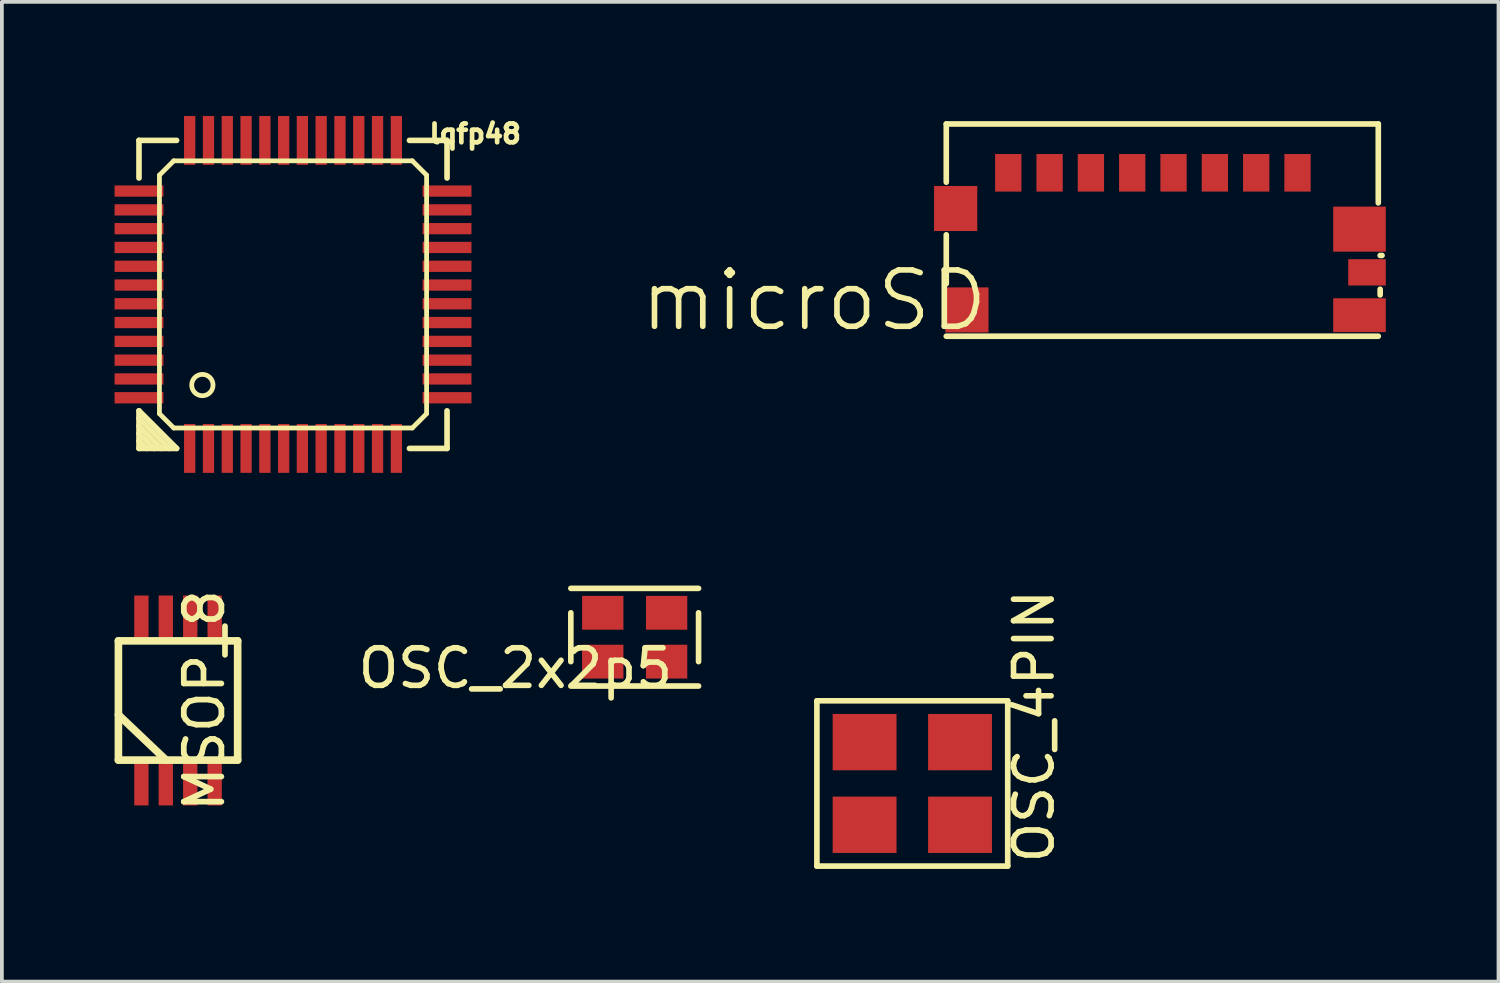
<source format=kicad_pcb>
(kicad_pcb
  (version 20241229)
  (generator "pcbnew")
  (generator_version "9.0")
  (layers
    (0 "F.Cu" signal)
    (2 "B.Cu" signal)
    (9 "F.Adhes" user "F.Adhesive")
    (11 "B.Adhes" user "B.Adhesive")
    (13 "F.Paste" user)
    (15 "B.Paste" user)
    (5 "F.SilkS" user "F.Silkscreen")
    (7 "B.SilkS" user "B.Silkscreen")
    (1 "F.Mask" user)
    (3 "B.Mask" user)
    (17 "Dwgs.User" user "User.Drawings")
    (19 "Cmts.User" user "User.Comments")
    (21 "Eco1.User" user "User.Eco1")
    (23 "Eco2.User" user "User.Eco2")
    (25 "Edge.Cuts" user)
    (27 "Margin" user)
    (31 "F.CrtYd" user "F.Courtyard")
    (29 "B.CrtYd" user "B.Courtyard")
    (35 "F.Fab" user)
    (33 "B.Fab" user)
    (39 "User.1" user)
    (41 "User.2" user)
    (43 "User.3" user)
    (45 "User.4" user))
  (footprint "lqfp48"
    (layer "F.Cu")
    (at 4.75 4.787)
    (property "Reference" "lqfp48" (at 4.85 -4.275 0) (layer "F.SilkS") (effects (font (size 0.5 0.5) (thickness 0.125))))
    (attr through_hole)
    (fp_line (start -4.1 -4.1) (end -3.099 -4.1) (stroke (width 0.15) (type solid)) (layer "F.SilkS"))
    (fp_line (start -4.1 -3.099) (end -4.1 -4.1) (stroke (width 0.15) (type solid)) (layer "F.SilkS"))
    (fp_line (start -4.1 3.099) (end -3.099 4.1) (stroke (width 0.15) (type solid)) (layer "F.SilkS"))
    (fp_line (start -4.1 3.5) (end -3.5 4.1) (stroke (width 0.15) (type solid)) (layer "F.SilkS"))
    (fp_line (start -4.1 3.899) (end -3.899 4.1) (stroke (width 0.15) (type solid)) (layer "F.SilkS"))
    (fp_line (start -4.1 4.1) (end -4.1 3.099) (stroke (width 0.15) (type solid)) (layer "F.SilkS"))
    (fp_line (start -3.701 4.1) (end -4.1 3.701) (stroke (width 0.15) (type solid)) (layer "F.SilkS"))
    (fp_line (start -3.556 -3.175) (end -3.175 -3.556) (stroke (width 0.127) (type solid)) (layer "F.SilkS"))
    (fp_line (start -3.556 3.175) (end -3.556 -3.175) (stroke (width 0.127) (type solid)) (layer "F.SilkS"))
    (fp_line (start -3.299 4.1) (end -4.1 3.299) (stroke (width 0.15) (type solid)) (layer "F.SilkS"))
    (fp_line (start -3.175 -3.556) (end 3.175 -3.556) (stroke (width 0.127) (type solid)) (layer "F.SilkS"))
    (fp_line (start -3.175 3.556) (end -3.556 3.175) (stroke (width 0.127) (type solid)) (layer "F.SilkS"))
    (fp_line (start -3.099 4.1) (end -4.1 4.1) (stroke (width 0.15) (type solid)) (layer "F.SilkS"))
    (fp_line (start 3.099 -4.1) (end 4.1 -4.1) (stroke (width 0.15) (type solid)) (layer "F.SilkS"))
    (fp_line (start 3.175 -3.556) (end 3.556 -3.175) (stroke (width 0.127) (type solid)) (layer "F.SilkS"))
    (fp_line (start 3.175 3.556) (end -3.175 3.556) (stroke (width 0.127) (type solid)) (layer "F.SilkS"))
    (fp_line (start 3.556 -3.175) (end 3.556 3.175) (stroke (width 0.127) (type solid)) (layer "F.SilkS"))
    (fp_line (start 3.556 3.175) (end 3.175 3.556) (stroke (width 0.127) (type solid)) (layer "F.SilkS"))
    (fp_line (start 4.1 -4.1) (end 4.1 -3.099) (stroke (width 0.15) (type solid)) (layer "F.SilkS"))
    (fp_line (start 4.1 3.099) (end 4.1 4.1) (stroke (width 0.15) (type solid)) (layer "F.SilkS"))
    (fp_line (start 4.1 4.1) (end 3.099 4.1) (stroke (width 0.15) (type solid)) (layer "F.SilkS"))
    (fp_circle (center -2.413 2.413) (end -2.667 2.54) (stroke (width 0.127) (type solid)) (fill no) (layer "F.SilkS"))
    (pad "1" smd rect (at -2.751 4.1) (size 0.3 1.3) (layers "F.Cu" "F.Mask" "F.Paste"))
    (pad "2" smd rect (at -2.25 4.1) (size 0.3 1.3) (layers "F.Cu" "F.Mask" "F.Paste"))
    (pad "3" smd rect (at -1.75 4.1) (size 0.3 1.3) (layers "F.Cu" "F.Mask" "F.Paste"))
    (pad "4" smd rect (at -1.25 4.1) (size 0.3 1.3) (layers "F.Cu" "F.Mask" "F.Paste"))
    (pad "5" smd rect (at -0.749 4.1) (size 0.3 1.3) (layers "F.Cu" "F.Mask" "F.Paste"))
    (pad "6" smd rect (at -0.249 4.1) (size 0.3 1.3) (layers "F.Cu" "F.Mask" "F.Paste"))
    (pad "7" smd rect (at 0.249 4.1) (size 0.3 1.3) (layers "F.Cu" "F.Mask" "F.Paste"))
    (pad "8" smd rect (at 0.749 4.1) (size 0.3 1.3) (layers "F.Cu" "F.Mask" "F.Paste"))
    (pad "9" smd rect (at 1.25 4.1) (size 0.3 1.3) (layers "F.Cu" "F.Mask" "F.Paste"))
    (pad "10" smd rect (at 1.75 4.1) (size 0.3 1.3) (layers "F.Cu" "F.Mask" "F.Paste"))
    (pad "11" smd rect (at 2.25 4.1) (size 0.3 1.3) (layers "F.Cu" "F.Mask" "F.Paste"))
    (pad "12" smd rect (at 2.751 4.1) (size 0.3 1.3) (layers "F.Cu" "F.Mask" "F.Paste"))
    (pad "13" smd rect (at 4.1 2.751) (size 1.3 0.3) (layers "F.Cu" "F.Mask" "F.Paste"))
    (pad "14" smd rect (at 4.1 2.25) (size 1.3 0.3) (layers "F.Cu" "F.Mask" "F.Paste"))
    (pad "15" smd rect (at 4.1 1.75) (size 1.3 0.3) (layers "F.Cu" "F.Mask" "F.Paste"))
    (pad "16" smd rect (at 4.1 1.25) (size 1.3 0.3) (layers "F.Cu" "F.Mask" "F.Paste"))
    (pad "17" smd rect (at 4.1 0.749) (size 1.3 0.3) (layers "F.Cu" "F.Mask" "F.Paste"))
    (pad "18" smd rect (at 4.1 0.249) (size 1.3 0.3) (layers "F.Cu" "F.Mask" "F.Paste"))
    (pad "19" smd rect (at 4.1 -0.249) (size 1.3 0.3) (layers "F.Cu" "F.Mask" "F.Paste"))
    (pad "20" smd rect (at 4.1 -0.749) (size 1.3 0.3) (layers "F.Cu" "F.Mask" "F.Paste"))
    (pad "21" smd rect (at 4.1 -1.25) (size 1.3 0.3) (layers "F.Cu" "F.Mask" "F.Paste"))
    (pad "22" smd rect (at 4.1 -1.75) (size 1.3 0.3) (layers "F.Cu" "F.Mask" "F.Paste"))
    (pad "23" smd rect (at 4.1 -2.25) (size 1.3 0.3) (layers "F.Cu" "F.Mask" "F.Paste"))
    (pad "24" smd rect (at 4.1 -2.751) (size 1.3 0.3) (layers "F.Cu" "F.Mask" "F.Paste"))
    (pad "25" smd rect (at 2.751 -4.1) (size 0.3 1.3) (layers "F.Cu" "F.Mask" "F.Paste"))
    (pad "26" smd rect (at 2.25 -4.1) (size 0.3 1.3) (layers "F.Cu" "F.Mask" "F.Paste"))
    (pad "27" smd rect (at 1.75 -4.1) (size 0.3 1.3) (layers "F.Cu" "F.Mask" "F.Paste"))
    (pad "28" smd rect (at 1.25 -4.1) (size 0.3 1.3) (layers "F.Cu" "F.Mask" "F.Paste"))
    (pad "29" smd rect (at 0.749 -4.1) (size 0.3 1.3) (layers "F.Cu" "F.Mask" "F.Paste"))
    (pad "30" smd rect (at 0.249 -4.1) (size 0.3 1.3) (layers "F.Cu" "F.Mask" "F.Paste"))
    (pad "31" smd rect (at -0.249 -4.1) (size 0.3 1.3) (layers "F.Cu" "F.Mask" "F.Paste"))
    (pad "32" smd rect (at -0.749 -4.1) (size 0.3 1.3) (layers "F.Cu" "F.Mask" "F.Paste"))
    (pad "33" smd rect (at -1.25 -4.1) (size 0.3 1.3) (layers "F.Cu" "F.Mask" "F.Paste"))
    (pad "34" smd rect (at -1.75 -4.1) (size 0.3 1.3) (layers "F.Cu" "F.Mask" "F.Paste"))
    (pad "35" smd rect (at -2.25 -4.1) (size 0.3 1.3) (layers "F.Cu" "F.Mask" "F.Paste"))
    (pad "36" smd rect (at -2.751 -4.1) (size 0.3 1.3) (layers "F.Cu" "F.Mask" "F.Paste"))
    (pad "37" smd rect (at -4.1 -2.751) (size 1.3 0.3) (layers "F.Cu" "F.Mask" "F.Paste"))
    (pad "38" smd rect (at -4.1 -2.25) (size 1.3 0.3) (layers "F.Cu" "F.Mask" "F.Paste"))
    (pad "39" smd rect (at -4.1 -1.75) (size 1.3 0.3) (layers "F.Cu" "F.Mask" "F.Paste"))
    (pad "40" smd rect (at -4.1 -1.25) (size 1.3 0.3) (layers "F.Cu" "F.Mask" "F.Paste"))
    (pad "41" smd rect (at -4.1 -0.749) (size 1.3 0.3) (layers "F.Cu" "F.Mask" "F.Paste"))
    (pad "42" smd rect (at -4.1 -0.249) (size 1.3 0.3) (layers "F.Cu" "F.Mask" "F.Paste"))
    (pad "43" smd rect (at -4.1 0.249) (size 1.3 0.3) (layers "F.Cu" "F.Mask" "F.Paste"))
    (pad "44" smd rect (at -4.1 0.749) (size 1.3 0.3) (layers "F.Cu" "F.Mask" "F.Paste"))
    (pad "45" smd rect (at -4.1 1.25) (size 1.3 0.3) (layers "F.Cu" "F.Mask" "F.Paste"))
    (pad "46" smd rect (at -4.1 1.75) (size 1.3 0.3) (layers "F.Cu" "F.Mask" "F.Paste"))
    (pad "47" smd rect (at -4.1 2.25) (size 1.3 0.3) (layers "F.Cu" "F.Mask" "F.Paste"))
    (pad "48" smd rect (at -4.1 2.751) (size 1.3 0.3) (layers "F.Cu" "F.Mask" "F.Paste")))
  (footprint "OSC_2x2p5"
    (layer "F.Cu")
    (at 13.845 13.912)
    (property "Reference" "OSC_2x2p5" (at -3.175 0.826 0) (layer "F.SilkS") (effects (font (size 1 1) (thickness 0.15))))
    (attr through_hole)
    (fp_line (start -1.7 -1.3) (end 1.7 -1.3) (stroke (width 0.15) (type solid)) (layer "F.SilkS"))
    (fp_line (start -1.7 -0.65) (end -1.7 0.65) (stroke (width 0.15) (type solid)) (layer "F.SilkS"))
    (fp_line (start -1.7 1.3) (end 1.7 1.3) (stroke (width 0.15) (type solid)) (layer "F.SilkS"))
    (fp_line (start 1.7 0.65) (end 1.7 -0.65) (stroke (width 0.15) (type solid)) (layer "F.SilkS"))
    (pad "1" smd rect (at -0.85 0.65) (size 1.1 0.9) (layers "F.Cu" "F.Mask" "F.Paste"))
    (pad "2" smd rect (at 0.85 0.65) (size 1.1 0.9) (layers "F.Cu" "F.Mask" "F.Paste"))
    (pad "3" smd rect (at 0.85 -0.65) (size 1.1 0.9) (layers "F.Cu" "F.Mask" "F.Paste"))
    (pad "4" smd rect (at -0.85 -0.65) (size 1.1 0.9) (layers "F.Cu" "F.Mask" "F.Paste")))
  (footprint "OSC_4PIN"
    (layer "F.Cu")
    (at 21.235 17.805)
    (property "Reference" "OSC_4PIN" (at 3.239 -1.524 90) (layer "F.SilkS") (effects (font (size 1 1) (thickness 0.15))))
    (attr through_hole)
    (fp_line (start -2.54 -2.2) (end -2.54 2.2) (stroke (width 0.15) (type solid)) (layer "F.SilkS"))
    (fp_line (start -2.54 2.2) (end 2.54 2.2) (stroke (width 0.15) (type solid)) (layer "F.SilkS"))
    (fp_line (start 2.54 -2.2) (end -2.54 -2.2) (stroke (width 0.15) (type solid)) (layer "F.SilkS"))
    (fp_line (start 2.54 2.2) (end 2.54 -2.2) (stroke (width 0.15) (type solid)) (layer "F.SilkS"))
    (pad "1" smd rect (at -1.27 1.1) (size 1.7 1.5) (layers "F.Cu" "F.Mask" "F.Paste"))
    (pad "2" smd rect (at 1.27 1.1) (size 1.7 1.5) (layers "F.Cu" "F.Mask" "F.Paste"))
    (pad "3" smd rect (at 1.27 -1.1) (size 1.7 1.5) (layers "F.Cu" "F.Mask" "F.Paste"))
    (pad "4" smd rect (at -1.27 -1.1) (size 1.7 1.5) (layers "F.Cu" "F.Mask" "F.Paste")))
  (footprint "MSOP_8"
    (layer "F.Cu")
    (at 1.689 15.596)
    (property "Reference" "MSOP_8" (at 0.699 0 90) (layer "F.SilkS") (effects (font (size 1.001 1.001) (thickness 0.152))))
    (attr through_hole)
    (fp_line (start -1.587 -1.587) (end -1.587 1.587) (stroke (width 0.203) (type solid)) (layer "F.SilkS"))
    (fp_line (start -1.587 1.587) (end 1.587 1.587) (stroke (width 0.203) (type solid)) (layer "F.SilkS"))
    (fp_line (start -0.318 1.587) (end -1.587 0.381) (stroke (width 0.203) (type solid)) (layer "F.SilkS"))
    (fp_line (start 1.587 -1.587) (end -1.587 -1.587) (stroke (width 0.203) (type solid)) (layer "F.SilkS"))
    (fp_line (start 1.587 1.587) (end 1.587 -1.587) (stroke (width 0.203) (type solid)) (layer "F.SilkS"))
    (pad "1" smd rect (at -0.975 2.159) (size 0.381 1.27) (layers "F.Cu" "F.Mask" "F.Paste"))
    (pad "2" smd rect (at -0.325 2.159) (size 0.381 1.27) (layers "F.Cu" "F.Mask" "F.Paste"))
    (pad "3" smd rect (at 0.325 2.159) (size 0.381 1.27) (layers "F.Cu" "F.Mask" "F.Paste"))
    (pad "4" smd rect (at 0.975 2.159) (size 0.381 1.27) (layers "F.Cu" "F.Mask" "F.Paste"))
    (pad "5" smd rect (at 0.975 -2.159) (size 0.381 1.27) (layers "F.Cu" "F.Mask" "F.Paste"))
    (pad "6" smd rect (at 0.325 -2.159) (size 0.381 1.27) (layers "F.Cu" "F.Mask" "F.Paste"))
    (pad "7" smd rect (at -0.325 -2.159) (size 0.381 1.27) (layers "F.Cu" "F.Mask" "F.Paste"))
    (pad "8" smd rect (at -0.975 -2.159) (size 0.381 1.27) (layers "F.Cu" "F.Mask" "F.Paste")))
  (footprint "microSD"
    (layer "F.Cu")
    (at 27.639 0.25)
    (property "Reference" "microSD" (at -9.017 4.699 0) (layer "F.SilkS") (effects (font (size 1.5 1.5) (thickness 0.15))))
    (attr through_hole)
    (fp_line (start -5.5 0) (end -5.5 1.55) (stroke (width 0.15) (type solid)) (layer "F.SilkS"))
    (fp_line (start -5.5 2.95) (end -5.5 4.25) (stroke (width 0.15) (type solid)) (layer "F.SilkS"))
    (fp_line (start -5.5 5.65) (end 6 5.65) (stroke (width 0.15) (type solid)) (layer "F.SilkS"))
    (fp_line (start 6 0) (end -5.5 0) (stroke (width 0.15) (type solid)) (layer "F.SilkS"))
    (fp_line (start 6 0) (end 6 2.1) (stroke (width 0.15) (type solid)) (layer "F.SilkS"))
    (fp_line (start 6.05 3.5) (end 6.1 3.5) (stroke (width 0.15) (type solid)) (layer "F.SilkS"))
    (fp_line (start 6.05 4.4) (end 6.05 4.55) (stroke (width 0.15) (type solid)) (layer "F.SilkS"))
    (pad "1" smd rect (at 3.85 1.3) (size 0.7 1) (layers "F.Cu" "F.Mask" "F.Paste"))
    (pad "2" smd rect (at 2.75 1.3) (size 0.7 1) (layers "F.Cu" "F.Mask" "F.Paste"))
    (pad "3" smd rect (at 1.65 1.3) (size 0.7 1) (layers "F.Cu" "F.Mask" "F.Paste"))
    (pad "4" smd rect (at 0.55 1.3) (size 0.7 1) (layers "F.Cu" "F.Mask" "F.Paste"))
    (pad "5" smd rect (at -0.55 1.3) (size 0.7 1) (layers "F.Cu" "F.Mask" "F.Paste"))
    (pad "6" smd rect (at -1.65 1.3) (size 0.7 1) (layers "F.Cu" "F.Mask" "F.Paste"))
    (pad "7" smd rect (at -2.75 1.3) (size 0.7 1) (layers "F.Cu" "F.Mask" "F.Paste"))
    (pad "8" smd rect (at -3.85 1.3) (size 0.7 1) (layers "F.Cu" "F.Mask" "F.Paste"))
    (pad "G1" smd rect (at -5.25 2.25) (size 1.15 1.2) (layers "F.Cu" "F.Mask" "F.Paste"))
    (pad "G2" smd rect (at -4.95 4.95) (size 1.15 1.2) (layers "F.Cu" "F.Mask" "F.Paste"))
    (pad "G3" smd rect (at 5.5 2.8) (size 1.4 1.2) (layers "F.Cu" "F.Mask" "F.Paste"))
    (pad "G4" smd rect (at 5.7 3.95) (size 1 0.7) (layers "F.Cu" "F.Mask" "F.Paste"))
    (pad "G5" smd rect (at 5.5 5.09) (size 1.4 0.9) (layers "F.Cu" "F.Mask" "F.Paste")))
  (gr_rect
    (start -3 -3)
    (end 36.839 23.08)
    (stroke (width 0.1) (type default))
    (fill no)
    (layer "Edge.Cuts")))
</source>
